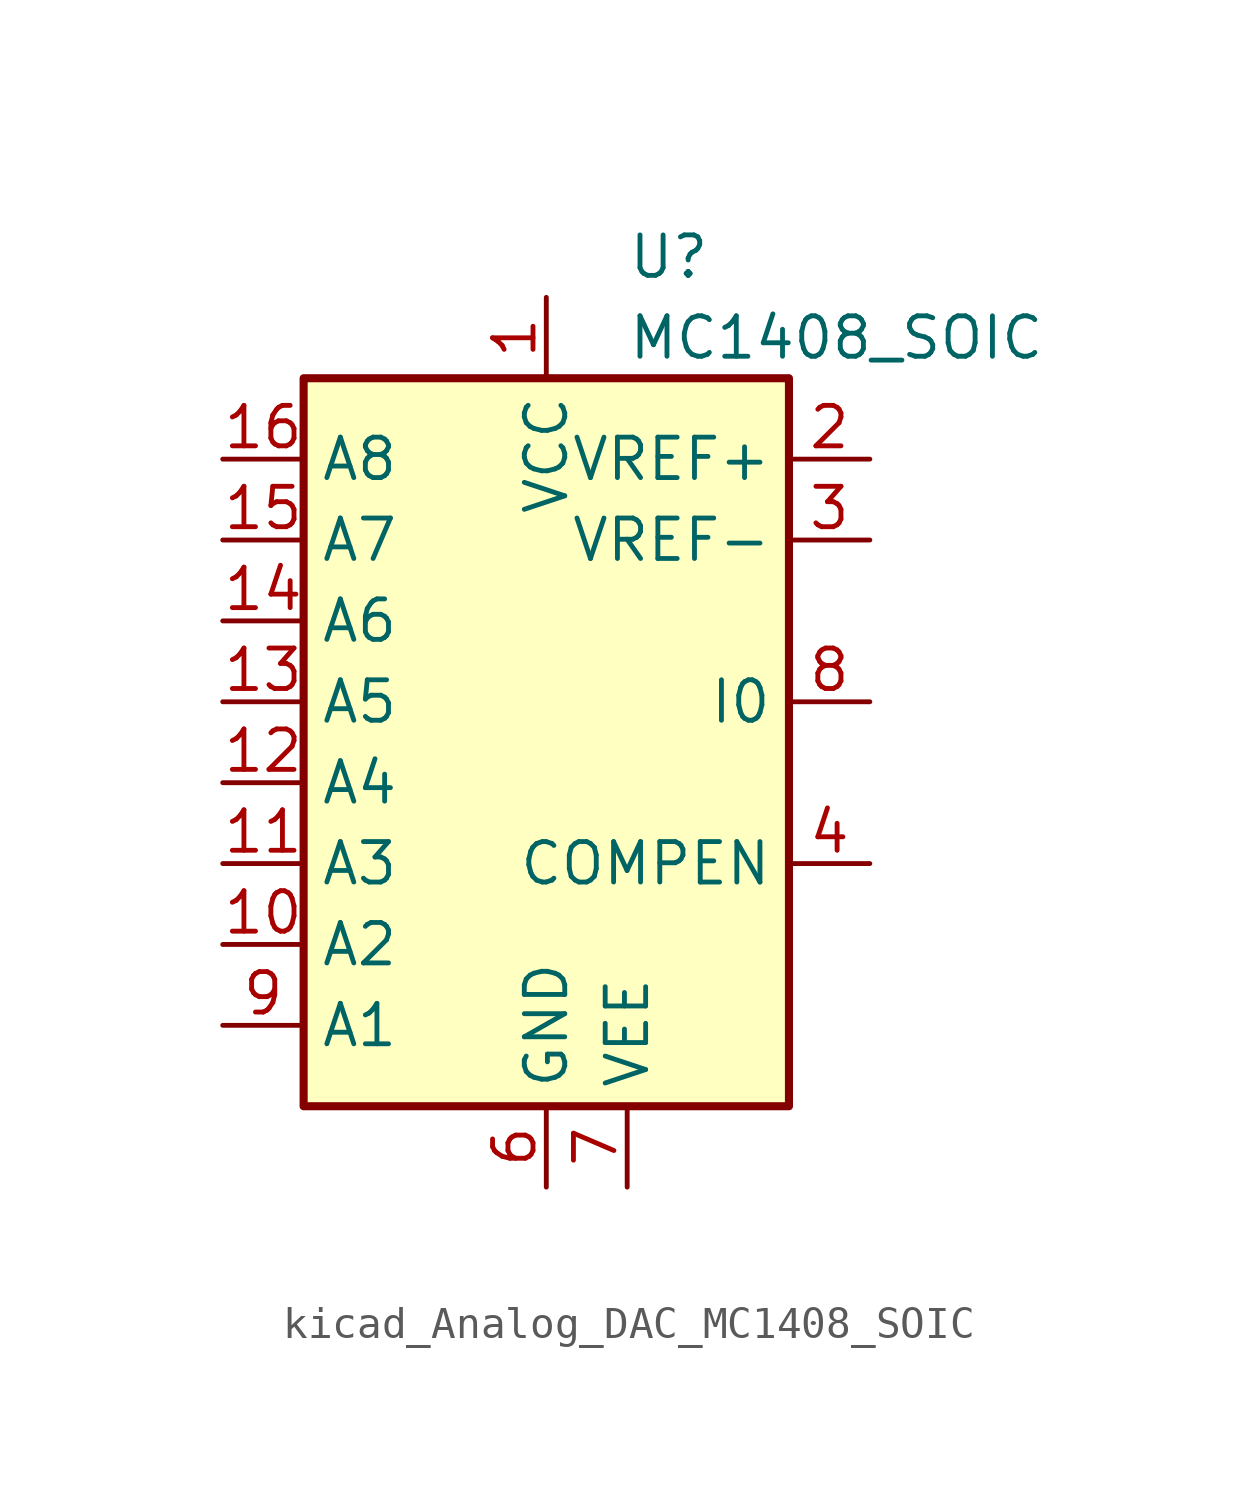
<source format=kicad_sym>
(kicad_symbol_lib
  (version 20220914)
  (generator kicad_symbol_editor)
  (symbol "kicad_Analog_DAC_MC1408_SOIC"
    (property "Reference" "U"
      (at 2.54 16.51 0)
      (effects (font (size 1.27 1.27)) (justify left)))
    (property "Value" "MC1408_SOIC"
      (at 2.54 13.97 0)
      (effects (font (size 1.27 1.27)) (justify left)))
    (symbol "kicad_Analog_DAC_MC1408_SOIC_0_0"
      (rectangle (start -7.62 -10.16) (end 7.62 12.7) (stroke (width 0.254) (type default)) (fill (type background))))
    (symbol "kicad_Analog_DAC_MC1408_SOIC_1_1"
      (pin power_in line (at 0 15.24 270) (length 2.54) (name "VCC" (effects (font (size 1.27 1.27)))) (number "1" (effects (font (size 1.27 1.27)))))
      (pin input line (at -10.16 -5.08 0) (length 2.54) (name "A2" (effects (font (size 1.27 1.27)))) (number "10" (effects (font (size 1.27 1.27)))))
      (pin input line (at -10.16 -2.54 0) (length 2.54) (name "A3" (effects (font (size 1.27 1.27)))) (number "11" (effects (font (size 1.27 1.27)))))
      (pin input line (at -10.16 0 0) (length 2.54) (name "A4" (effects (font (size 1.27 1.27)))) (number "12" (effects (font (size 1.27 1.27)))))
      (pin input line (at -10.16 2.54 0) (length 2.54) (name "A5" (effects (font (size 1.27 1.27)))) (number "13" (effects (font (size 1.27 1.27)))))
      (pin input line (at -10.16 5.08 0) (length 2.54) (name "A6" (effects (font (size 1.27 1.27)))) (number "14" (effects (font (size 1.27 1.27)))))
      (pin input line (at -10.16 7.62 0) (length 2.54) (name "A7" (effects (font (size 1.27 1.27)))) (number "15" (effects (font (size 1.27 1.27)))))
      (pin input line (at -10.16 10.16 0) (length 2.54) (name "A8" (effects (font (size 1.27 1.27)))) (number "16" (effects (font (size 1.27 1.27)))))
      (pin output line (at 10.16 10.16 180) (length 2.54) (name "VREF+" (effects (font (size 1.27 1.27)))) (number "2" (effects (font (size 1.27 1.27)))))
      (pin output line (at 10.16 7.62 180) (length 2.54) (name "VREF-" (effects (font (size 1.27 1.27)))) (number "3" (effects (font (size 1.27 1.27)))))
      (pin passive line (at 10.16 -2.54 180) (length 2.54) (name "COMPEN" (effects (font (size 1.27 1.27)))) (number "4" (effects (font (size 1.27 1.27)))))
      (pin no_connect line (at 7.62 -5.08 180) (length 2.54) hide (name "NC" (effects (font (size 1.27 1.27)))) (number "5" (effects (font (size 1.27 1.27)))))
      (pin power_in line (at 0 -12.7 90) (length 2.54) (name "GND" (effects (font (size 1.27 1.27)))) (number "6" (effects (font (size 1.27 1.27)))))
      (pin power_in line (at 2.54 -12.7 90) (length 2.54) (name "VEE" (effects (font (size 1.27 1.27)))) (number "7" (effects (font (size 1.27 1.27)))))
      (pin input line (at 10.16 2.54 180) (length 2.54) (name "I0" (effects (font (size 1.27 1.27)))) (number "8" (effects (font (size 1.27 1.27)))))
      (pin input line (at -10.16 -7.62 0) (length 2.54) (name "A1" (effects (font (size 1.27 1.27)))) (number "9" (effects (font (size 1.27 1.27))))))))
</source>
